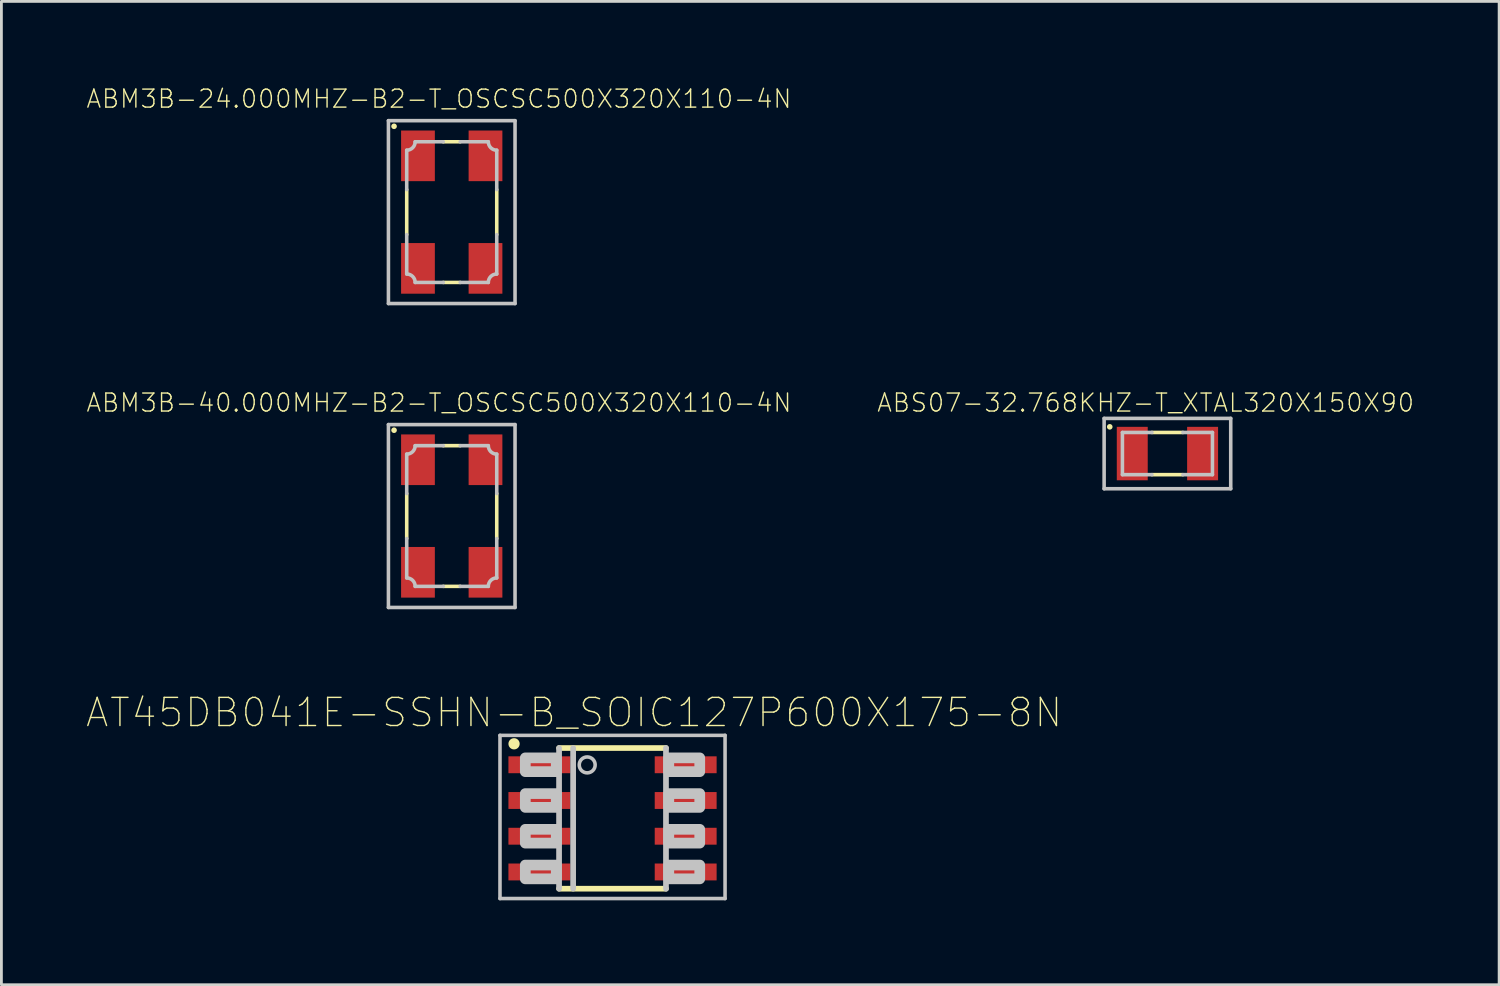
<source format=kicad_pcb>
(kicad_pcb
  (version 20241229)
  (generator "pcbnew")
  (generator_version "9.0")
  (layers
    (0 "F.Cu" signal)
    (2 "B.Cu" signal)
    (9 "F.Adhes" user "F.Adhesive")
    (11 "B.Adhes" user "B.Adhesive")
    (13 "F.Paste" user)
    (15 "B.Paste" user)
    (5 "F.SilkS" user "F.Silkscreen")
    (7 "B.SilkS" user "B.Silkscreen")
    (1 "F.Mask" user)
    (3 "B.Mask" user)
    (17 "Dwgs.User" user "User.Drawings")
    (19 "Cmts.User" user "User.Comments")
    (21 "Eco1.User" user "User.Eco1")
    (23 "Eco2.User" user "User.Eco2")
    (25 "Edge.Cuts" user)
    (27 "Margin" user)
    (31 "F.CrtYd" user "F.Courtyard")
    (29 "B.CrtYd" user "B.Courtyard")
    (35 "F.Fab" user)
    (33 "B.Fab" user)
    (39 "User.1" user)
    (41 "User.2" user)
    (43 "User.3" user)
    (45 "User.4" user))
  (footprint "ABS07-32.768KHZ-T_XTAL320X150X90"
    (layer "F.Cu")
    (at 38.444 13.071)
    (property "Reference" "ABS07-32.768KHZ-T_XTAL320X150X90" (at -0.774 -1.806 0) (layer "F.SilkS") (effects (font (size 0.64 0.64) (thickness 0.05))))
    (attr smd)
    (fp_line (start -0.55 -0.75) (end 0.55 -0.75) (stroke (width 0.127) (type solid)) (layer "F.SilkS"))
    (fp_line (start 0.55 0.75) (end -0.55 0.75) (stroke (width 0.127) (type solid)) (layer "F.SilkS"))
    (fp_circle (center -2.05 -0.95) (end -1.95 -0.95) (stroke (width 0) (type solid)) (fill yes) (layer "F.SilkS"))
    (fp_line (start -2.25 -1.25) (end -2.25 1.25) (stroke (width 0.127) (type solid)) (layer "Dwgs.User"))
    (fp_line (start -2.25 1.25) (end 2.25 1.25) (stroke (width 0.127) (type solid)) (layer "Dwgs.User"))
    (fp_line (start -1.6 -0.75) (end -0.55 -0.75) (stroke (width 0.127) (type solid)) (layer "Dwgs.User"))
    (fp_line (start -1.6 0.75) (end -1.6 -0.75) (stroke (width 0.127) (type solid)) (layer "Dwgs.User"))
    (fp_line (start -0.55 0.75) (end -1.6 0.75) (stroke (width 0.127) (type solid)) (layer "Dwgs.User"))
    (fp_line (start 0.55 -0.75) (end 1.6 -0.75) (stroke (width 0.127) (type solid)) (layer "Dwgs.User"))
    (fp_line (start 1.6 -0.75) (end 1.6 0.75) (stroke (width 0.127) (type solid)) (layer "Dwgs.User"))
    (fp_line (start 1.6 0.75) (end 0.55 0.75) (stroke (width 0.127) (type solid)) (layer "Dwgs.User"))
    (fp_line (start 2.25 -1.25) (end -2.25 -1.25) (stroke (width 0.127) (type solid)) (layer "Dwgs.User"))
    (fp_line (start 2.25 1.25) (end 2.25 -1.25) (stroke (width 0.127) (type solid)) (layer "Dwgs.User"))
    (pad "1" smd rect (at -1.25 0) (size 1.1 1.9) (layers "F.Cu" "F.Mask" "F.Paste"))
    (pad "2" smd rect (at 1.25 0) (size 1.1 1.9) (layers "F.Cu" "F.Mask" "F.Paste")))
  (footprint "ABM3B-24.000MHZ-B2-T_OSCSC500X320X110-4N"
    (layer "F.Cu")
    (at 13.006 4.489)
    (property "Reference" "ABM3B-24.000MHZ-B2-T_OSCSC500X320X110-4N" (at -0.454 -4.026 0) (layer "F.SilkS") (effects (font (size 0.64 0.64) (thickness 0.05))))
    (attr smd)
    (fp_line (start -1.6 -0.8) (end -1.6 0.8) (stroke (width 0.127) (type solid)) (layer "F.SilkS"))
    (fp_line (start 0.3 -2.5) (end -0.3 -2.5) (stroke (width 0.127) (type solid)) (layer "F.SilkS"))
    (fp_line (start 0.3 2.5) (end -0.3 2.5) (stroke (width 0.127) (type solid)) (layer "F.SilkS"))
    (fp_line (start 1.6 -0.8) (end 1.6 0.8) (stroke (width 0.127) (type solid)) (layer "F.SilkS"))
    (fp_circle (center -2.05 -3.05) (end -1.95 -3.05) (stroke (width 0) (type solid)) (fill yes) (layer "F.SilkS"))
    (fp_line (start -2.25 -3.25) (end -2.25 3.25) (stroke (width 0.127) (type solid)) (layer "Dwgs.User"))
    (fp_line (start -2.25 3.25) (end 2.25 3.25) (stroke (width 0.127) (type solid)) (layer "Dwgs.User"))
    (fp_line (start -1.6 -2.2) (end -1.6 -0.8) (stroke (width 0.127) (type solid)) (layer "Dwgs.User"))
    (fp_line (start -1.6 0.8) (end -1.6 2.2) (stroke (width 0.127) (type solid)) (layer "Dwgs.User"))
    (fp_line (start -1.3 2.5) (end -0.3 2.5) (stroke (width 0.127) (type solid)) (layer "Dwgs.User"))
    (fp_line (start -0.3 -2.5) (end -1.3 -2.5) (stroke (width 0.127) (type solid)) (layer "Dwgs.User"))
    (fp_line (start 0.3 -2.5) (end 1.3 -2.5) (stroke (width 0.127) (type solid)) (layer "Dwgs.User"))
    (fp_line (start 1.3 2.5) (end 0.3 2.5) (stroke (width 0.127) (type solid)) (layer "Dwgs.User"))
    (fp_line (start 1.6 -2.2) (end 1.6 -0.8) (stroke (width 0.127) (type solid)) (layer "Dwgs.User"))
    (fp_line (start 1.6 0.8) (end 1.6 2.2) (stroke (width 0.127) (type solid)) (layer "Dwgs.User"))
    (fp_line (start 2.25 -3.25) (end -2.25 -3.25) (stroke (width 0.127) (type solid)) (layer "Dwgs.User"))
    (fp_line (start 2.25 3.25) (end 2.25 -3.25) (stroke (width 0.127) (type solid)) (layer "Dwgs.User"))
    (fp_arc (start -1.6 2.2) (mid -1.387868 2.287868) (end -1.3 2.5) (stroke (width 0.127) (type solid)) (layer "Dwgs.User"))
    (fp_arc (start -1.3 -2.5) (mid -1.387868 -2.287868) (end -1.6 -2.2) (stroke (width 0.127) (type solid)) (layer "Dwgs.User"))
    (fp_arc (start 1.3 2.5) (mid 1.387868 2.287868) (end 1.6 2.2) (stroke (width 0.127) (type solid)) (layer "Dwgs.User"))
    (fp_arc (start 1.6 -2.2) (mid 1.387868 -2.287868) (end 1.3 -2.5) (stroke (width 0.127) (type solid)) (layer "Dwgs.User"))
    (pad "1" smd rect (at -1.2 -2 270) (size 1.8 1.2) (layers "F.Cu" "F.Mask" "F.Paste"))
    (pad "2" smd rect (at -1.2 2 270) (size 1.8 1.2) (layers "F.Cu" "F.Mask" "F.Paste"))
    (pad "3" smd rect (at 1.2 2 270) (size 1.8 1.2) (layers "F.Cu" "F.Mask" "F.Paste"))
    (pad "4" smd rect (at 1.2 -2 270) (size 1.8 1.2) (layers "F.Cu" "F.Mask" "F.Paste")))
  (footprint "AT45DB041E-SSHN-B_SOIC127P600X175-8N"
    (layer "F.Cu")
    (at 18.721 26.037)
    (property "Reference" "AT45DB041E-SSHN-B_SOIC127P600X175-8N" (at -1.365 -3.76 0) (layer "F.SilkS") (effects (font (size 1 1) (thickness 0.05))))
    (attr smd)
    (fp_line (start -1.9 -2.5) (end 1.9 -2.5) (stroke (width 0.203) (type solid)) (layer "F.SilkS"))
    (fp_line (start 1.9 2.5) (end -1.9 2.5) (stroke (width 0.203) (type solid)) (layer "F.SilkS"))
    (fp_circle (center -3.5 -2.65) (end -3.3 -2.65) (stroke (width 0) (type solid)) (fill yes) (layer "F.SilkS"))
    (fp_line (start -4 -2.95) (end 4 -2.95) (stroke (width 0.127) (type solid)) (layer "Dwgs.User"))
    (fp_line (start -4 2.85) (end -4 -2.95) (stroke (width 0.127) (type solid)) (layer "Dwgs.User"))
    (fp_line (start -1.9 2.5) (end -1.9 -2.5) (stroke (width 0.203) (type solid)) (layer "Dwgs.User"))
    (fp_line (start -1.4 2.5) (end -1.4 -2.5) (stroke (width 0.203) (type solid)) (layer "Dwgs.User"))
    (fp_line (start 1.9 -2.5) (end 1.9 2.5) (stroke (width 0.203) (type solid)) (layer "Dwgs.User"))
    (fp_line (start 4 -2.95) (end 4 2.85) (stroke (width 0.127) (type solid)) (layer "Dwgs.User"))
    (fp_line (start 4 2.85) (end -4 2.85) (stroke (width 0.127) (type solid)) (layer "Dwgs.User"))
    (fp_circle (center -0.9 -1.9) (end -0.617 -1.9) (stroke (width 0.127) (type solid)) (fill no) (layer "Dwgs.User"))
    (fp_poly (pts (xy -2 -2.15) (xy -2 -1.66) (xy -3.1 -1.66) (xy -3.1 -2.15)) (stroke (width 0.381) (type solid)) (fill no) (layer "Dwgs.User"))
    (fp_poly (pts (xy -2 -0.88) (xy -2 -0.39) (xy -3.1 -0.39) (xy -3.1 -0.88)) (stroke (width 0.381) (type solid)) (fill no) (layer "Dwgs.User"))
    (fp_poly (pts (xy -2 0.39) (xy -2 0.88) (xy -3.1 0.88) (xy -3.1 0.39)) (stroke (width 0.381) (type solid)) (fill no) (layer "Dwgs.User"))
    (fp_poly (pts (xy -2 1.66) (xy -2 2.15) (xy -3.1 2.15) (xy -3.1 1.66)) (stroke (width 0.381) (type solid)) (fill no) (layer "Dwgs.User"))
    (fp_poly (pts (xy 3.1 -2.15) (xy 3.1 -1.66) (xy 2 -1.66) (xy 2 -2.15)) (stroke (width 0.381) (type solid)) (fill no) (layer "Dwgs.User"))
    (fp_poly (pts (xy 3.1 -0.88) (xy 3.1 -0.39) (xy 2 -0.39) (xy 2 -0.88)) (stroke (width 0.381) (type solid)) (fill no) (layer "Dwgs.User"))
    (fp_poly (pts (xy 3.1 0.39) (xy 3.1 0.88) (xy 2 0.88) (xy 2 0.39)) (stroke (width 0.381) (type solid)) (fill no) (layer "Dwgs.User"))
    (fp_poly (pts (xy 3.1 1.66) (xy 3.1 2.15) (xy 2 2.15) (xy 2 1.66)) (stroke (width 0.381) (type solid)) (fill no) (layer "Dwgs.User"))
    (pad "1" smd rect (at -2.6 -1.905 270) (size 0.6 2.2) (layers "F.Cu" "F.Mask" "F.Paste"))
    (pad "2" smd rect (at -2.6 -0.635 270) (size 0.6 2.2) (layers "F.Cu" "F.Mask" "F.Paste"))
    (pad "3" smd rect (at -2.6 0.635 270) (size 0.6 2.2) (layers "F.Cu" "F.Mask" "F.Paste"))
    (pad "4" smd rect (at -2.6 1.905 270) (size 0.6 2.2) (layers "F.Cu" "F.Mask" "F.Paste"))
    (pad "5" smd rect (at 2.6 1.905 270) (size 0.6 2.2) (layers "F.Cu" "F.Mask" "F.Paste"))
    (pad "6" smd rect (at 2.6 0.635 270) (size 0.6 2.2) (layers "F.Cu" "F.Mask" "F.Paste"))
    (pad "7" smd rect (at 2.6 -0.635 270) (size 0.6 2.2) (layers "F.Cu" "F.Mask" "F.Paste"))
    (pad "8" smd rect (at 2.6 -1.905 270) (size 0.6 2.2) (layers "F.Cu" "F.Mask" "F.Paste")))
  (footprint "ABM3B-40.000MHZ-B2-T_OSCSC500X320X110-4N"
    (layer "F.Cu")
    (at 13.006 15.291)
    (property "Reference" "ABM3B-40.000MHZ-B2-T_OSCSC500X320X110-4N" (at -0.454 -4.026 0) (layer "F.SilkS") (effects (font (size 0.64 0.64) (thickness 0.05))))
    (attr smd)
    (fp_line (start -1.6 -0.8) (end -1.6 0.8) (stroke (width 0.127) (type solid)) (layer "F.SilkS"))
    (fp_line (start 0.3 -2.5) (end -0.3 -2.5) (stroke (width 0.127) (type solid)) (layer "F.SilkS"))
    (fp_line (start 0.3 2.5) (end -0.3 2.5) (stroke (width 0.127) (type solid)) (layer "F.SilkS"))
    (fp_line (start 1.6 -0.8) (end 1.6 0.8) (stroke (width 0.127) (type solid)) (layer "F.SilkS"))
    (fp_circle (center -2.05 -3.05) (end -1.95 -3.05) (stroke (width 0) (type solid)) (fill yes) (layer "F.SilkS"))
    (fp_line (start -2.25 -3.25) (end -2.25 3.25) (stroke (width 0.127) (type solid)) (layer "Dwgs.User"))
    (fp_line (start -2.25 3.25) (end 2.25 3.25) (stroke (width 0.127) (type solid)) (layer "Dwgs.User"))
    (fp_line (start -1.6 -2.2) (end -1.6 -0.8) (stroke (width 0.127) (type solid)) (layer "Dwgs.User"))
    (fp_line (start -1.6 0.8) (end -1.6 2.2) (stroke (width 0.127) (type solid)) (layer "Dwgs.User"))
    (fp_line (start -1.3 2.5) (end -0.3 2.5) (stroke (width 0.127) (type solid)) (layer "Dwgs.User"))
    (fp_line (start -0.3 -2.5) (end -1.3 -2.5) (stroke (width 0.127) (type solid)) (layer "Dwgs.User"))
    (fp_line (start 0.3 -2.5) (end 1.3 -2.5) (stroke (width 0.127) (type solid)) (layer "Dwgs.User"))
    (fp_line (start 1.3 2.5) (end 0.3 2.5) (stroke (width 0.127) (type solid)) (layer "Dwgs.User"))
    (fp_line (start 1.6 -2.2) (end 1.6 -0.8) (stroke (width 0.127) (type solid)) (layer "Dwgs.User"))
    (fp_line (start 1.6 0.8) (end 1.6 2.2) (stroke (width 0.127) (type solid)) (layer "Dwgs.User"))
    (fp_line (start 2.25 -3.25) (end -2.25 -3.25) (stroke (width 0.127) (type solid)) (layer "Dwgs.User"))
    (fp_line (start 2.25 3.25) (end 2.25 -3.25) (stroke (width 0.127) (type solid)) (layer "Dwgs.User"))
    (fp_arc (start -1.6 2.2) (mid -1.387868 2.287868) (end -1.3 2.5) (stroke (width 0.127) (type solid)) (layer "Dwgs.User"))
    (fp_arc (start -1.3 -2.5) (mid -1.387868 -2.287868) (end -1.6 -2.2) (stroke (width 0.127) (type solid)) (layer "Dwgs.User"))
    (fp_arc (start 1.3 2.5) (mid 1.387868 2.287868) (end 1.6 2.2) (stroke (width 0.127) (type solid)) (layer "Dwgs.User"))
    (fp_arc (start 1.6 -2.2) (mid 1.387868 -2.287868) (end 1.3 -2.5) (stroke (width 0.127) (type solid)) (layer "Dwgs.User"))
    (pad "1" smd rect (at -1.2 -2 270) (size 1.8 1.2) (layers "F.Cu" "F.Mask" "F.Paste"))
    (pad "2" smd rect (at -1.2 2 270) (size 1.8 1.2) (layers "F.Cu" "F.Mask" "F.Paste"))
    (pad "3" smd rect (at 1.2 2 270) (size 1.8 1.2) (layers "F.Cu" "F.Mask" "F.Paste"))
    (pad "4" smd rect (at 1.2 -2 270) (size 1.8 1.2) (layers "F.Cu" "F.Mask" "F.Paste")))
  (gr_rect
    (start -3 -3)
    (end 50.234 31.95)
    (stroke (width 0.1) (type default))
    (fill no)
    (layer "Edge.Cuts")))
</source>
